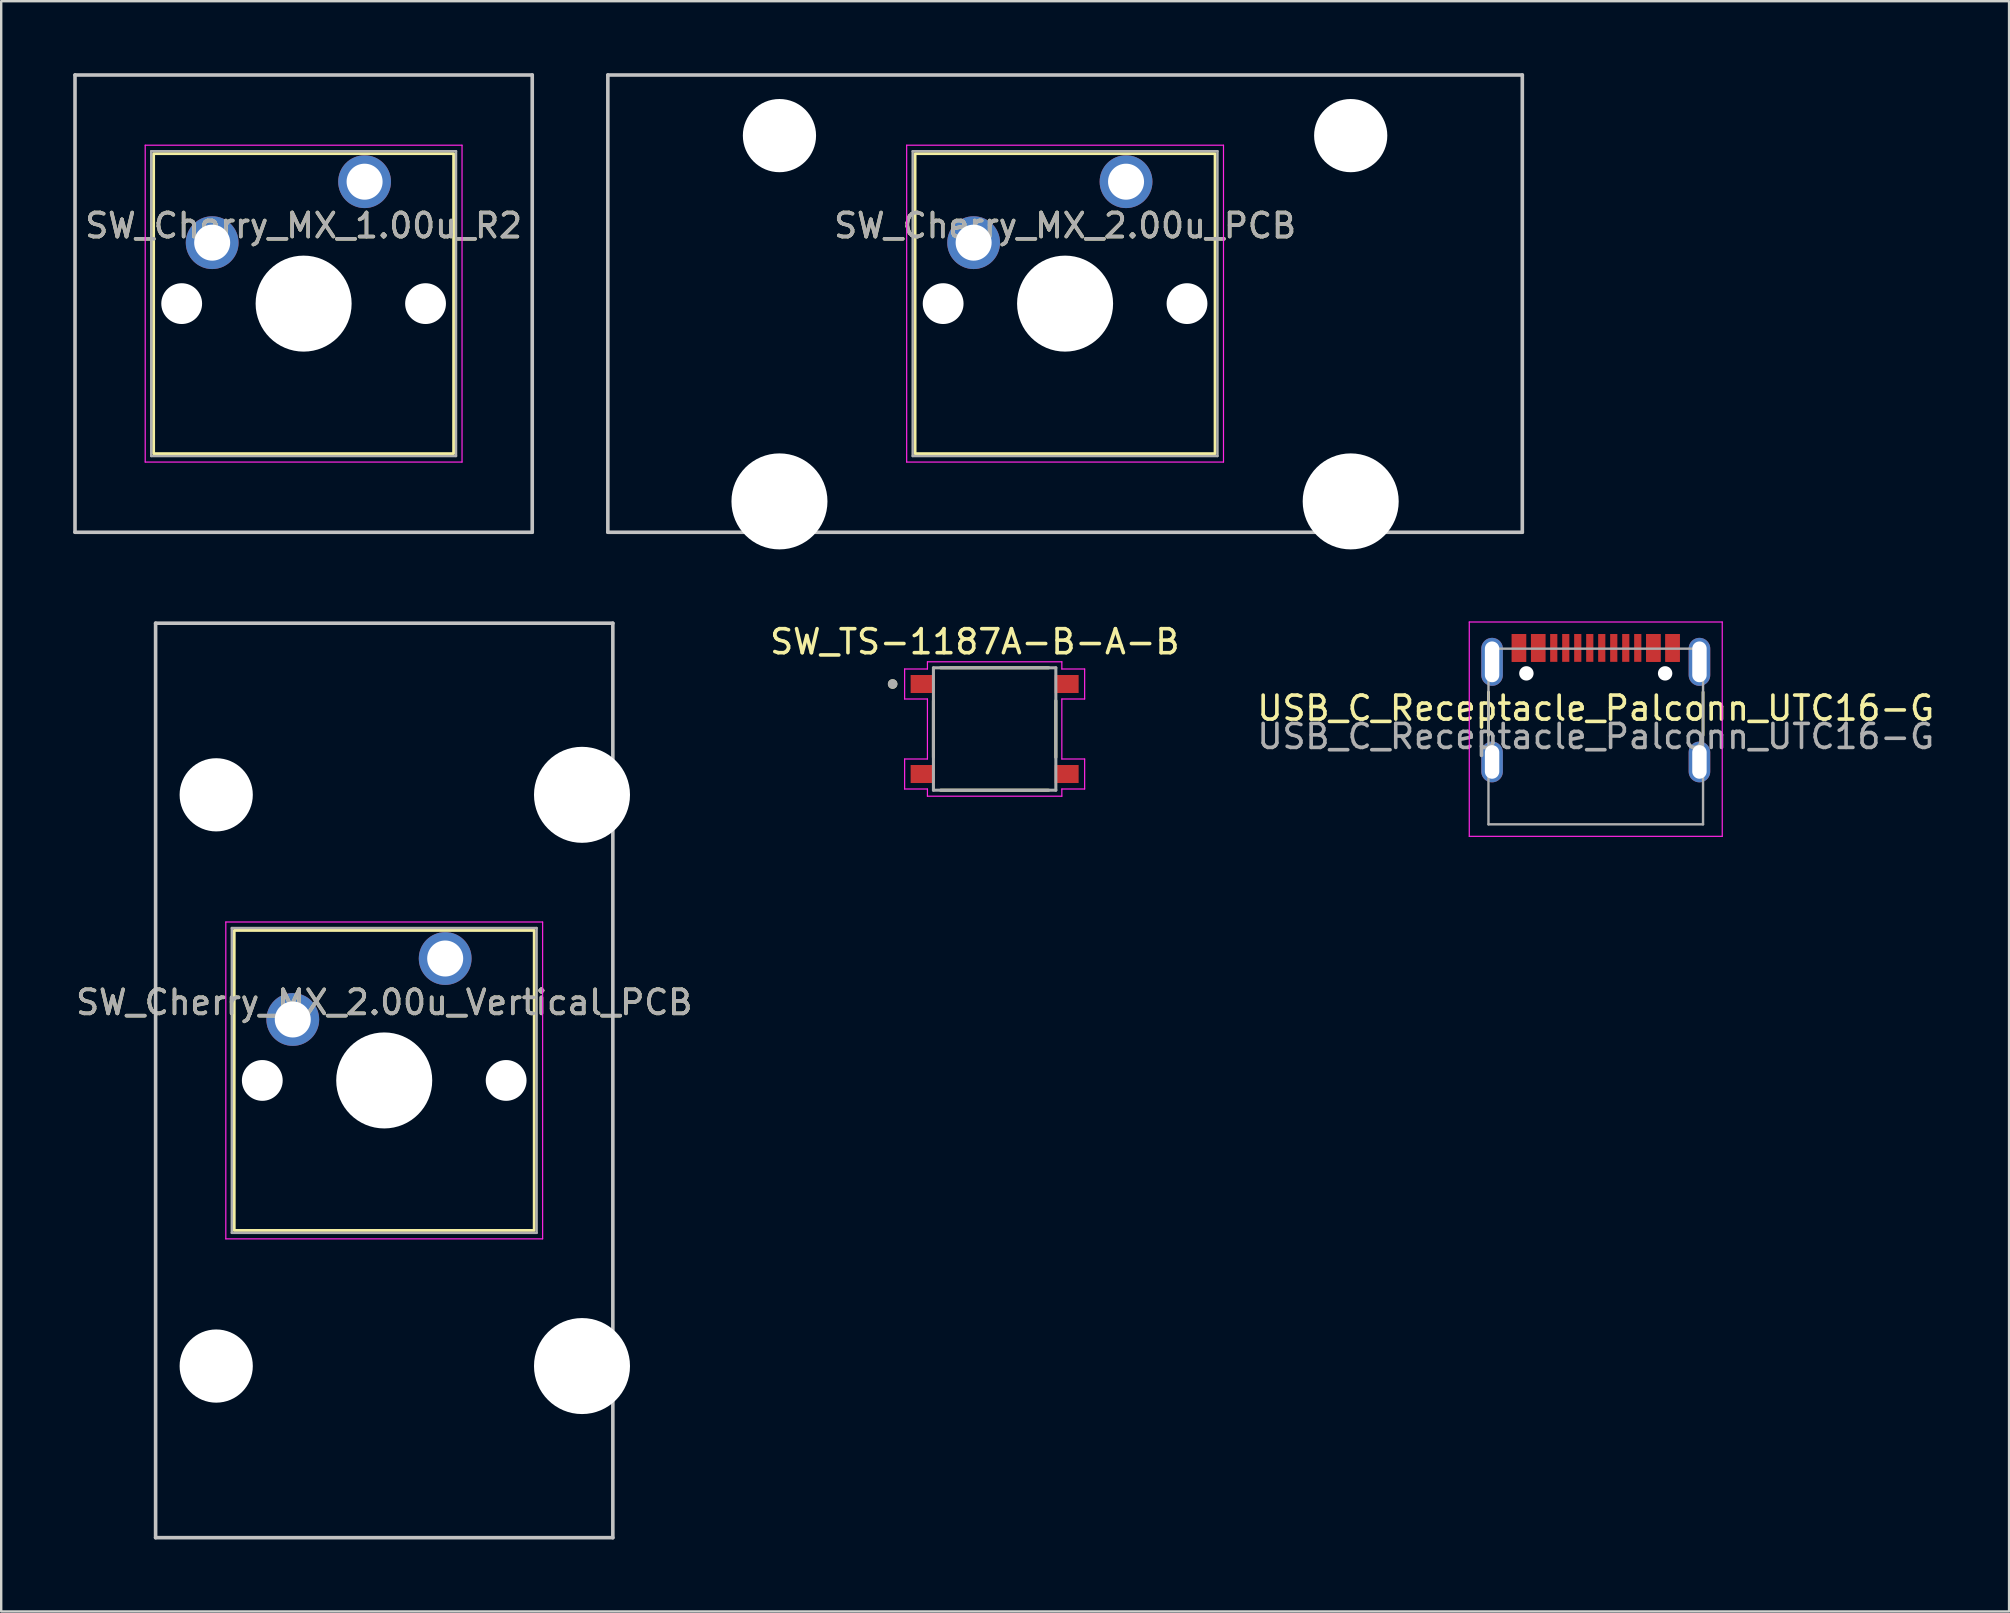
<source format=kicad_pcb>
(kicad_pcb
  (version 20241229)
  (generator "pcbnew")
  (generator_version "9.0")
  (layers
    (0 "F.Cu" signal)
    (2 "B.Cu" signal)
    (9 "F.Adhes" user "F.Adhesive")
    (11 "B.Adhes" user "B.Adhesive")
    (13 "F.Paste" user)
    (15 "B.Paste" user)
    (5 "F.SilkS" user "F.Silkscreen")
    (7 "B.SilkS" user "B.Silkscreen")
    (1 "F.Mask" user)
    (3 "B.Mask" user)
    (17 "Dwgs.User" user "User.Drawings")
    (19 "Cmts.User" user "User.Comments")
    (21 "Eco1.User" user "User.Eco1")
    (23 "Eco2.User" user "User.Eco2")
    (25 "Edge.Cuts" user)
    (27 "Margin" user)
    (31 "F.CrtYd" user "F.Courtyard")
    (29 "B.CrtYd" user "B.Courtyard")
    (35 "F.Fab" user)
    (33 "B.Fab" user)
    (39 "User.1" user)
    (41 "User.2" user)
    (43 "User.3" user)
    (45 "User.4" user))
  (footprint "SW_TS-1187A-B-A-B"
    (layer "F.Cu")
    (at 38.39 27.323)
    (property "Reference" "SW_TS-1187A-B-A-B" (at -0.825 -3.635 0) (layer "F.SilkS") (effects (font (size 1 1) (thickness 0.15))))
    (attr smd)
    (fp_line (start -2.55 -1.18) (end -2.55 1.18) (stroke (width 0.127) (type solid)) (layer "F.SilkS"))
    (fp_line (start 2.25 -2.55) (end -2.25 -2.55) (stroke (width 0.127) (type solid)) (layer "F.SilkS"))
    (fp_line (start 2.25 2.55) (end -2.25 2.55) (stroke (width 0.127) (type solid)) (layer "F.SilkS"))
    (fp_line (start 2.55 1.18) (end 2.55 -1.18) (stroke (width 0.127) (type solid)) (layer "F.SilkS"))
    (fp_circle (center -4.25 -1.875) (end -4.15 -1.875) (stroke (width 0.2) (type solid)) (fill no) (layer "F.SilkS"))
    (fp_line (start -3.75 -2.5) (end -3.75 -1.25) (stroke (width 0.05) (type solid)) (layer "F.CrtYd"))
    (fp_line (start -3.75 -2.5) (end -2.8 -2.5) (stroke (width 0.05) (type solid)) (layer "F.CrtYd"))
    (fp_line (start -3.75 -1.25) (end -2.8 -1.25) (stroke (width 0.05) (type solid)) (layer "F.CrtYd"))
    (fp_line (start -3.75 1.25) (end -2.8 1.25) (stroke (width 0.05) (type solid)) (layer "F.CrtYd"))
    (fp_line (start -3.75 2.5) (end -3.75 1.25) (stroke (width 0.05) (type solid)) (layer "F.CrtYd"))
    (fp_line (start -3.75 2.5) (end -2.8 2.5) (stroke (width 0.05) (type solid)) (layer "F.CrtYd"))
    (fp_line (start -2.8 -2.8) (end -2.8 -2.5) (stroke (width 0.05) (type solid)) (layer "F.CrtYd"))
    (fp_line (start -2.8 -1.25) (end -2.8 1.25) (stroke (width 0.05) (type solid)) (layer "F.CrtYd"))
    (fp_line (start -2.8 2.8) (end -2.8 2.5) (stroke (width 0.05) (type solid)) (layer "F.CrtYd"))
    (fp_line (start -2.8 2.8) (end 2.8 2.8) (stroke (width 0.05) (type solid)) (layer "F.CrtYd"))
    (fp_line (start 2.8 -2.8) (end -2.8 -2.8) (stroke (width 0.05) (type solid)) (layer "F.CrtYd"))
    (fp_line (start 2.8 -2.8) (end 2.8 -2.5) (stroke (width 0.05) (type solid)) (layer "F.CrtYd"))
    (fp_line (start 2.8 -1.25) (end 2.8 1.25) (stroke (width 0.05) (type solid)) (layer "F.CrtYd"))
    (fp_line (start 2.8 2.8) (end 2.8 2.5) (stroke (width 0.05) (type solid)) (layer "F.CrtYd"))
    (fp_line (start 3.75 -2.5) (end 2.8 -2.5) (stroke (width 0.05) (type solid)) (layer "F.CrtYd"))
    (fp_line (start 3.75 -2.5) (end 3.75 -1.25) (stroke (width 0.05) (type solid)) (layer "F.CrtYd"))
    (fp_line (start 3.75 -1.25) (end 2.8 -1.25) (stroke (width 0.05) (type solid)) (layer "F.CrtYd"))
    (fp_line (start 3.75 1.25) (end 2.8 1.25) (stroke (width 0.05) (type solid)) (layer "F.CrtYd"))
    (fp_line (start 3.75 2.5) (end 2.8 2.5) (stroke (width 0.05) (type solid)) (layer "F.CrtYd"))
    (fp_line (start 3.75 2.5) (end 3.75 1.25) (stroke (width 0.05) (type solid)) (layer "F.CrtYd"))
    (fp_line (start -2.55 -2.55) (end -2.55 2.55) (stroke (width 0.127) (type solid)) (layer "F.Fab"))
    (fp_line (start -2.55 2.55) (end 2.55 2.55) (stroke (width 0.127) (type solid)) (layer "F.Fab"))
    (fp_line (start 2.55 -2.55) (end -2.55 -2.55) (stroke (width 0.127) (type solid)) (layer "F.Fab"))
    (fp_line (start 2.55 2.55) (end 2.55 -2.55) (stroke (width 0.127) (type solid)) (layer "F.Fab"))
    (fp_circle (center -4.25 -1.875) (end -4.15 -1.875) (stroke (width 0.2) (type solid)) (fill no) (layer "F.Fab"))
    (pad "1" smd rect (at -3 -1.875) (size 1 0.75) (layers "F.Cu" "F.Mask" "F.Paste"))
    (pad "2" smd rect (at -3 1.875) (size 1 0.75) (layers "F.Cu" "F.Mask" "F.Paste"))
    (pad "3" smd rect (at 3 -1.875) (size 1 0.75) (layers "F.Cu" "F.Mask" "F.Paste"))
    (pad "4" smd rect (at 3 1.875) (size 1 0.75) (layers "F.Cu" "F.Mask" "F.Paste")))
  (footprint "SW_Cherry_MX_2.00u_PCB"
    (layer "F.Cu")
    (at 41.325 9.6)
    (property "Reference" "SW_Cherry_MX_2.00u_PCB" (at 0 -3.25 0) (layer "F.SilkS") (effects (font (size 1 1) (thickness 0.15))))
    (attr through_hole)
    (fp_rect (start 6.25 6.25) (end -6.25 -6.25) (stroke (width 0.12) (type solid)) (fill no) (layer "F.SilkS"))
    (fp_line (start -19.05 -9.525) (end 19.05 -9.525) (stroke (width 0.15) (type solid)) (layer "Dwgs.User"))
    (fp_line (start -19.05 9.525) (end -19.05 -9.525) (stroke (width 0.15) (type solid)) (layer "Dwgs.User"))
    (fp_line (start 19.05 -9.525) (end 19.05 9.525) (stroke (width 0.15) (type solid)) (layer "Dwgs.User"))
    (fp_line (start 19.05 9.525) (end -19.05 9.525) (stroke (width 0.15) (type solid)) (layer "Dwgs.User"))
    (fp_line (start -6.6 -6.6) (end 6.6 -6.6) (stroke (width 0.05) (type solid)) (layer "F.CrtYd"))
    (fp_line (start -6.6 6.6) (end -6.6 -6.6) (stroke (width 0.05) (type solid)) (layer "F.CrtYd"))
    (fp_line (start 6.6 -6.6) (end 6.6 6.6) (stroke (width 0.05) (type solid)) (layer "F.CrtYd"))
    (fp_line (start 6.6 6.6) (end -6.6 6.6) (stroke (width 0.05) (type solid)) (layer "F.CrtYd"))
    (fp_line (start -6.35 -6.35) (end 6.35 -6.35) (stroke (width 0.1) (type solid)) (layer "F.Fab"))
    (fp_line (start -6.35 6.35) (end -6.35 -6.35) (stroke (width 0.1) (type solid)) (layer "F.Fab"))
    (fp_line (start 6.35 -6.35) (end 6.35 6.35) (stroke (width 0.1) (type solid)) (layer "F.Fab"))
    (fp_line (start 6.35 6.35) (end -6.35 6.35) (stroke (width 0.1) (type solid)) (layer "F.Fab"))
    (fp_text user "${REFERENCE}" (at 0 -3.25 0) (layer "F.Fab") (effects (font (size 1 1) (thickness 0.15))))
    (pad "" np_thru_hole circle (at -11.9 -7) (size 3.05 3.05) (drill 3.05) (layers "*.Cu" "*.Mask"))
    (pad "" np_thru_hole circle (at -11.9 8.24) (size 4 4) (drill 4) (layers "*.Cu" "*.Mask"))
    (pad "" np_thru_hole circle (at -5.08 0) (size 1.7 1.7) (drill 1.7) (layers "*.Cu" "*.Mask"))
    (pad "" np_thru_hole circle (at 0 0) (size 4 4) (drill 4) (layers "*.Cu" "*.Mask"))
    (pad "" np_thru_hole circle (at 5.08 0) (size 1.7 1.7) (drill 1.7) (layers "*.Cu" "*.Mask"))
    (pad "" np_thru_hole circle (at 11.9 -7) (size 3.05 3.05) (drill 3.05) (layers "*.Cu" "*.Mask"))
    (pad "" np_thru_hole circle (at 11.9 8.24) (size 4 4) (drill 4) (layers "*.Cu" "*.Mask"))
    (pad "1" thru_hole circle (at 2.54 -5.08) (size 2.2 2.2) (drill 1.5) (layers "*.Cu" "*.Mask"))
    (pad "2" thru_hole circle (at -3.81 -2.54) (size 2.2 2.2) (drill 1.5) (layers "*.Cu" "*.Mask")))
  (footprint "SW_Cherry_MX_1.00u_R2"
    (layer "F.Cu")
    (at 9.6 9.6)
    (property "Reference" "SW_Cherry_MX_1.00u_R2" (at 0 -3.25 0) (layer "F.SilkS") (effects (font (size 1 1) (thickness 0.15))))
    (attr through_hole)
    (fp_rect (start 6.25 6.25) (end -6.25 -6.25) (stroke (width 0.12) (type solid)) (fill no) (layer "F.SilkS"))
    (fp_line (start -9.525 -9.525) (end 9.525 -9.525) (stroke (width 0.15) (type solid)) (layer "Dwgs.User"))
    (fp_line (start -9.525 9.525) (end -9.525 -9.525) (stroke (width 0.15) (type solid)) (layer "Dwgs.User"))
    (fp_line (start 9.525 -9.525) (end 9.525 9.525) (stroke (width 0.15) (type solid)) (layer "Dwgs.User"))
    (fp_line (start 9.525 9.525) (end -9.525 9.525) (stroke (width 0.15) (type solid)) (layer "Dwgs.User"))
    (fp_line (start -6.6 -6.6) (end 6.6 -6.6) (stroke (width 0.05) (type solid)) (layer "F.CrtYd"))
    (fp_line (start -6.6 6.6) (end -6.6 -6.6) (stroke (width 0.05) (type solid)) (layer "F.CrtYd"))
    (fp_line (start 6.6 -6.6) (end 6.6 6.6) (stroke (width 0.05) (type solid)) (layer "F.CrtYd"))
    (fp_line (start 6.6 6.6) (end -6.6 6.6) (stroke (width 0.05) (type solid)) (layer "F.CrtYd"))
    (fp_line (start -6.35 -6.35) (end 6.35 -6.35) (stroke (width 0.1) (type solid)) (layer "F.Fab"))
    (fp_line (start -6.35 6.35) (end -6.35 -6.35) (stroke (width 0.1) (type solid)) (layer "F.Fab"))
    (fp_line (start 6.35 -6.35) (end 6.35 6.35) (stroke (width 0.1) (type solid)) (layer "F.Fab"))
    (fp_line (start 6.35 6.35) (end -6.35 6.35) (stroke (width 0.1) (type solid)) (layer "F.Fab"))
    (fp_text user "${REFERENCE}" (at 0 -3.25 0) (layer "F.Fab") (effects (font (size 1 1) (thickness 0.15))))
    (pad "" np_thru_hole circle (at -5.08 0) (size 1.7 1.7) (drill 1.7) (layers "*.Cu" "*.Mask"))
    (pad "" np_thru_hole circle (at 0 0) (size 4 4) (drill 4) (layers "*.Cu" "*.Mask"))
    (pad "" np_thru_hole circle (at 5.08 0) (size 1.7 1.7) (drill 1.7) (layers "*.Cu" "*.Mask"))
    (pad "1" thru_hole circle (at 2.54 -5.08) (size 2.2 2.2) (drill 1.5) (layers "*.Cu" "*.Mask"))
    (pad "2" thru_hole circle (at -3.81 -2.54) (size 2.2 2.2) (drill 1.5) (layers "*.Cu" "*.Mask")))
  (footprint "SW_Cherry_MX_2.00u_Vertical_PCB"
    (layer "F.Cu")
    (at 12.958 41.965)
    (property "Reference" "SW_Cherry_MX_2.00u_Vertical_PCB" (at 0 -3.25 0) (layer "F.SilkS") (effects (font (size 1 1) (thickness 0.15))))
    (attr through_hole)
    (fp_rect (start 6.25 6.25) (end -6.25 -6.25) (stroke (width 0.12) (type solid)) (fill no) (layer "F.SilkS"))
    (fp_line (start -9.525 -19.05) (end 9.525 -19.05) (stroke (width 0.15) (type solid)) (layer "Dwgs.User"))
    (fp_line (start -9.525 19.05) (end -9.525 -19.05) (stroke (width 0.15) (type solid)) (layer "Dwgs.User"))
    (fp_line (start 9.525 -19.05) (end 9.525 19.05) (stroke (width 0.15) (type solid)) (layer "Dwgs.User"))
    (fp_line (start 9.525 19.05) (end -9.525 19.05) (stroke (width 0.15) (type solid)) (layer "Dwgs.User"))
    (fp_line (start -6.6 -6.6) (end 6.6 -6.6) (stroke (width 0.05) (type solid)) (layer "F.CrtYd"))
    (fp_line (start -6.6 6.6) (end -6.6 -6.6) (stroke (width 0.05) (type solid)) (layer "F.CrtYd"))
    (fp_line (start 6.6 -6.6) (end 6.6 6.6) (stroke (width 0.05) (type solid)) (layer "F.CrtYd"))
    (fp_line (start 6.6 6.6) (end -6.6 6.6) (stroke (width 0.05) (type solid)) (layer "F.CrtYd"))
    (fp_line (start -6.35 -6.35) (end 6.35 -6.35) (stroke (width 0.1) (type solid)) (layer "F.Fab"))
    (fp_line (start -6.35 6.35) (end -6.35 -6.35) (stroke (width 0.1) (type solid)) (layer "F.Fab"))
    (fp_line (start 6.35 -6.35) (end 6.35 6.35) (stroke (width 0.1) (type solid)) (layer "F.Fab"))
    (fp_line (start 6.35 6.35) (end -6.35 6.35) (stroke (width 0.1) (type solid)) (layer "F.Fab"))
    (fp_text user "${REFERENCE}" (at 0 -3.25 0) (layer "F.Fab") (effects (font (size 1 1) (thickness 0.15))))
    (pad "" np_thru_hole circle (at -7 -11.9) (size 3.05 3.05) (drill 3.05) (layers "*.Cu" "*.Mask"))
    (pad "" np_thru_hole circle (at -7 11.9) (size 3.05 3.05) (drill 3.05) (layers "*.Cu" "*.Mask"))
    (pad "" np_thru_hole circle (at -5.08 0) (size 1.7 1.7) (drill 1.7) (layers "*.Cu" "*.Mask"))
    (pad "" np_thru_hole circle (at 0 0) (size 4 4) (drill 4) (layers "*.Cu" "*.Mask"))
    (pad "" np_thru_hole circle (at 5.08 0) (size 1.7 1.7) (drill 1.7) (layers "*.Cu" "*.Mask"))
    (pad "" np_thru_hole circle (at 8.24 -11.9) (size 4 4) (drill 4) (layers "*.Cu" "*.Mask"))
    (pad "" np_thru_hole circle (at 8.24 11.9) (size 4 4) (drill 4) (layers "*.Cu" "*.Mask"))
    (pad "1" thru_hole circle (at 2.54 -5.08) (size 2.2 2.2) (drill 1.5) (layers "*.Cu" "*.Mask"))
    (pad "2" thru_hole circle (at -3.81 -2.54) (size 2.2 2.2) (drill 1.5) (layers "*.Cu" "*.Mask")))
  (footprint "USB_C_Receptacle_Palconn_UTC16-G"
    (layer "F.Cu")
    (at 63.435 26.455)
    (property "Reference" "USB_C_Receptacle_Palconn_UTC16-G" (at 0 0 0) (layer "F.SilkS") (effects (font (size 1 1) (thickness 0.15))))
    (attr smd)
    (fp_line (start -4.47 -0.67) (end -4.47 1.13) (stroke (width 0.12) (type solid)) (layer "F.SilkS"))
    (fp_line (start 4.47 -0.67) (end 4.47 1.13) (stroke (width 0.12) (type solid)) (layer "F.SilkS"))
    (fp_line (start -5.27 -3.59) (end -5.27 5.34) (stroke (width 0.05) (type solid)) (layer "F.CrtYd"))
    (fp_line (start -5.27 5.34) (end 5.27 5.34) (stroke (width 0.05) (type solid)) (layer "F.CrtYd"))
    (fp_line (start 5.27 -3.59) (end -5.27 -3.59) (stroke (width 0.05) (type solid)) (layer "F.CrtYd"))
    (fp_line (start 5.27 5.34) (end 5.27 -3.59) (stroke (width 0.05) (type solid)) (layer "F.CrtYd"))
    (fp_line (start -4.47 -2.48) (end -4.47 4.84) (stroke (width 0.1) (type solid)) (layer "F.Fab"))
    (fp_line (start -4.47 -2.48) (end 4.47 -2.48) (stroke (width 0.1) (type solid)) (layer "F.Fab"))
    (fp_line (start 4.47 -2.48) (end 4.47 4.84) (stroke (width 0.1) (type solid)) (layer "F.Fab"))
    (fp_line (start 4.47 4.84) (end -4.47 4.84) (stroke (width 0.1) (type solid)) (layer "F.Fab"))
    (fp_text user "${REFERENCE}" (at 0 1.18 0) (layer "F.Fab") (effects (font (size 1 1) (thickness 0.15))))
    (pad "" np_thru_hole circle (at -2.89 -1.45 180) (size 0.6 0.6) (drill 0.6) (layers "*.Cu" "*.Mask"))
    (pad "" np_thru_hole circle (at 2.89 -1.45 180) (size 0.6 0.6) (drill 0.6) (layers "*.Cu" "*.Mask"))
    (pad "A1" smd rect (at -3.2 -2.51) (size 0.6 1.16) (layers "F.Cu" "F.Mask" "F.Paste"))
    (pad "A4" smd rect (at -2.4 -2.51) (size 0.6 1.16) (layers "F.Cu" "F.Mask" "F.Paste"))
    (pad "A5" smd rect (at -1.25 -2.51 180) (size 0.3 1.16) (layers "F.Cu" "F.Mask" "F.Paste"))
    (pad "A6" smd rect (at -0.25 -2.51 180) (size 0.3 1.16) (layers "F.Cu" "F.Mask" "F.Paste"))
    (pad "A7" smd rect (at 0.25 -2.51 180) (size 0.3 1.16) (layers "F.Cu" "F.Mask" "F.Paste"))
    (pad "A8" smd rect (at 1.25 -2.51 180) (size 0.3 1.16) (layers "F.Cu" "F.Mask" "F.Paste"))
    (pad "A9" smd rect (at 2.4 -2.51) (size 0.6 1.16) (layers "F.Cu" "F.Mask" "F.Paste"))
    (pad "A12" smd rect (at 3.2 -2.51) (size 0.6 1.16) (layers "F.Cu" "F.Mask" "F.Paste"))
    (pad "B1" smd rect (at 3.2 -2.51) (size 0.6 1.16) (layers "F.Cu" "F.Mask" "F.Paste"))
    (pad "B4" smd rect (at 2.4 -2.51) (size 0.6 1.16) (layers "F.Cu" "F.Mask" "F.Paste"))
    (pad "B5" smd rect (at 1.75 -2.51 180) (size 0.3 1.16) (layers "F.Cu" "F.Mask" "F.Paste"))
    (pad "B6" smd rect (at 0.75 -2.51 180) (size 0.3 1.16) (layers "F.Cu" "F.Mask" "F.Paste"))
    (pad "B7" smd rect (at -0.75 -2.51 180) (size 0.3 1.16) (layers "F.Cu" "F.Mask" "F.Paste"))
    (pad "B8" smd rect (at -1.75 -2.51 180) (size 0.3 1.16) (layers "F.Cu" "F.Mask" "F.Paste"))
    (pad "B9" smd rect (at -2.4 -2.51) (size 0.6 1.16) (layers "F.Cu" "F.Mask" "F.Paste"))
    (pad "B12" smd rect (at -3.2 -2.51) (size 0.6 1.16) (layers "F.Cu" "F.Mask" "F.Paste"))
    (pad "S1" thru_hole oval (at -4.32 -1.93 90) (size 2 0.9) (drill oval 1.7 0.6) (layers "*.Cu" "*.Mask"))
    (pad "S1" thru_hole oval (at -4.32 2.24 90) (size 1.7 0.9) (drill oval 1.4 0.6) (layers "*.Cu" "*.Mask"))
    (pad "S1" thru_hole oval (at 4.32 -1.93 90) (size 2 0.9) (drill oval 1.7 0.6) (layers "*.Cu" "*.Mask"))
    (pad "S1" thru_hole oval (at 4.32 2.24 90) (size 1.7 0.9) (drill oval 1.4 0.6) (layers "*.Cu" "*.Mask")))
  (gr_rect
    (start -3 -3)
    (end 80.655 64.09)
    (stroke (width 0.1) (type default))
    (fill no)
    (layer "Edge.Cuts")))
</source>
